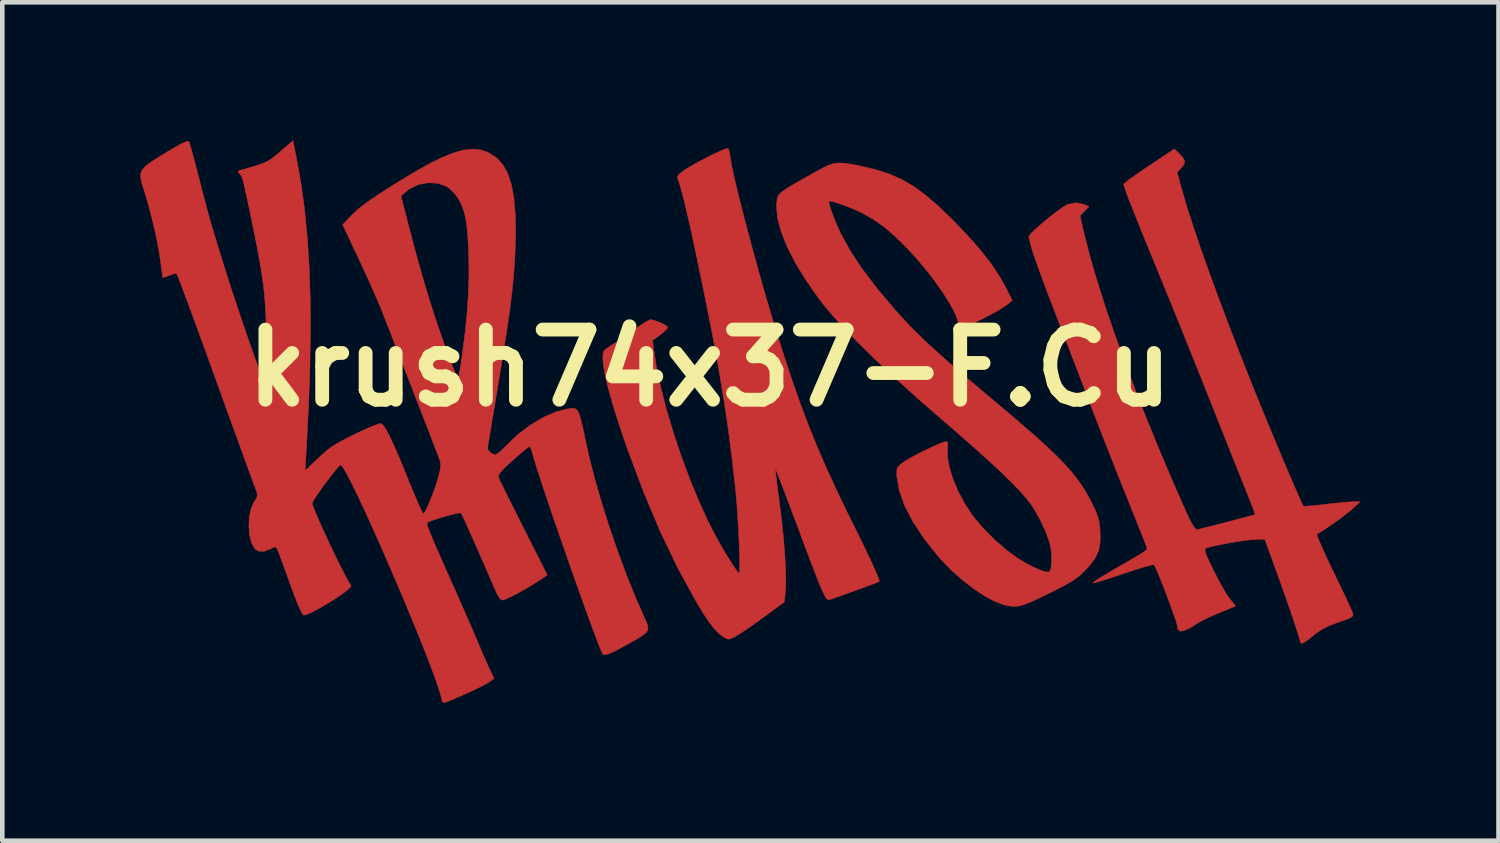
<source format=kicad_pcb>
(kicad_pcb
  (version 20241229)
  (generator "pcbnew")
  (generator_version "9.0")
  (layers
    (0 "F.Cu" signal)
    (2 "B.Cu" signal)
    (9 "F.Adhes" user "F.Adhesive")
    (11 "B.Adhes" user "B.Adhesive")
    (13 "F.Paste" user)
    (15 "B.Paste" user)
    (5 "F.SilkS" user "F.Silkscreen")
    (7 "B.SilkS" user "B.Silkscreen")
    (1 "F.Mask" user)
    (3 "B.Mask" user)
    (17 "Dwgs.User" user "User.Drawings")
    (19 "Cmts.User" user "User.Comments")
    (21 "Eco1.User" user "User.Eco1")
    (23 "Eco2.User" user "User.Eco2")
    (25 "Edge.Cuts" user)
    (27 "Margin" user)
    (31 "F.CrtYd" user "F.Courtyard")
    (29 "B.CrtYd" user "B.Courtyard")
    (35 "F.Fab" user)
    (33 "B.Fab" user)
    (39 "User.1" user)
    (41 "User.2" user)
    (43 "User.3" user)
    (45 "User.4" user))
  (footprint "krush74x37-F.Cu"
    (layer "F.Cu")
    (at 12.368 4.945)
    (property "Reference" "krush74x37-F.Cu" (at 0 0 0) (layer "F.SilkS") (effects (font (size 1.524 1.524) (thickness 0.3))))
    (attr through_hole)
    (fp_poly (pts (xy 0.398 -4.772) (xy 0.418 -4.729) (xy 0.439 -4.636) (xy 0.453 -4.545) (xy 0.476 -4.408) (xy 0.517 -4.21) (xy 0.575 -3.959) (xy 0.647 -3.665) (xy 0.731 -3.336) (xy 0.824 -2.981) (xy 0.924 -2.608) (xy 1.029 -2.226) (xy 1.136 -1.843) (xy 1.244 -1.469) (xy 1.35 -1.112) (xy 1.434 -0.835) (xy 1.623 -0.238) (xy 1.803 0.302) (xy 1.979 0.801) (xy 2.158 1.275) (xy 2.346 1.737) (xy 2.549 2.203) (xy 2.773 2.687) (xy 3.023 3.206) (xy 3.121 3.404) (xy 3.279 3.724) (xy 3.413 4.002) (xy 3.523 4.236) (xy 3.606 4.42) (xy 3.661 4.551) (xy 3.685 4.624) (xy 3.684 4.638) (xy 3.641 4.657) (xy 3.545 4.694) (xy 3.408 4.745) (xy 3.247 4.804) (xy 3.075 4.867) (xy 2.907 4.927) (xy 2.758 4.98) (xy 2.642 5.02) (xy 2.606 5.031) (xy 2.583 5.035) (xy 2.56 5.027) (xy 2.534 5.001) (xy 2.503 4.952) (xy 2.464 4.875) (xy 2.415 4.764) (xy 2.354 4.613) (xy 2.277 4.417) (xy 2.182 4.17) (xy 2.068 3.866) (xy 1.931 3.5) (xy 1.922 3.475) (xy 1.814 3.186) (xy 1.713 2.92) (xy 1.624 2.684) (xy 1.547 2.486) (xy 1.488 2.333) (xy 1.447 2.232) (xy 1.428 2.19) (xy 1.427 2.189) (xy 1.429 2.226) (xy 1.439 2.324) (xy 1.456 2.471) (xy 1.48 2.656) (xy 1.508 2.867) (xy 1.556 3.251) (xy 1.596 3.622) (xy 1.626 3.97) (xy 1.646 4.283) (xy 1.655 4.552) (xy 1.652 4.764) (xy 1.647 4.836) (xy 1.623 5.083) (xy 1.192 5.399) (xy 1.023 5.521) (xy 0.858 5.637) (xy 0.715 5.734) (xy 0.609 5.802) (xy 0.588 5.814) (xy 0.487 5.869) (xy 0.424 5.891) (xy 0.372 5.883) (xy 0.308 5.847) (xy 0.307 5.847) (xy 0.206 5.772) (xy 0.102 5.666) (xy -0.012 5.52) (xy -0.142 5.324) (xy -0.284 5.09) (xy -0.686 4.357) (xy -1.072 3.554) (xy -1.44 2.683) (xy -1.791 1.744) (xy -1.975 1.202) (xy -2.109 0.778) (xy -2.21 0.418) (xy -2.278 0.123) (xy -2.314 -0.108) (xy -2.32 -0.218) (xy -2.317 -0.308) (xy -2.297 -0.369) (xy -2.247 -0.42) (xy -2.152 -0.483) (xy -2.122 -0.501) (xy -2.002 -0.578) (xy -1.85 -0.681) (xy -1.693 -0.793) (xy -1.633 -0.836) (xy -1.503 -0.928) (xy -1.389 -1.001) (xy -1.307 -1.044) (xy -1.279 -1.051) (xy -1.207 -1.037) (xy -1.11 -1.001) (xy -1.012 -0.956) (xy -0.937 -0.912) (xy -0.907 -0.879) (xy -0.934 -0.842) (xy -1.003 -0.779) (xy -1.073 -0.723) (xy -1.24 -0.599) (xy -1.216 -0.399) (xy -1.154 -0.003) (xy -1.058 0.441) (xy -0.934 0.919) (xy -0.784 1.418) (xy -0.615 1.922) (xy -0.43 2.419) (xy -0.234 2.895) (xy -0.032 3.336) (xy 0.115 3.624) (xy 0.212 3.799) (xy 0.313 3.974) (xy 0.413 4.138) (xy 0.503 4.28) (xy 0.577 4.389) (xy 0.627 4.452) (xy 0.642 4.463) (xy 0.65 4.429) (xy 0.654 4.333) (xy 0.652 4.186) (xy 0.647 4) (xy 0.639 3.785) (xy 0.628 3.551) (xy 0.614 3.311) (xy 0.599 3.074) (xy 0.582 2.852) (xy 0.564 2.655) (xy 0.561 2.631) (xy 0.487 1.974) (xy 0.404 1.332) (xy 0.308 0.687) (xy 0.197 0.022) (xy 0.069 -0.679) (xy -0.07 -1.382) (xy -0.19 -1.971) (xy -0.298 -2.489) (xy -0.394 -2.936) (xy -0.478 -3.312) (xy -0.55 -3.618) (xy -0.61 -3.851) (xy -0.657 -4.014) (xy -0.692 -4.105) (xy -0.693 -4.106) (xy -0.703 -4.153) (xy -0.672 -4.202) (xy -0.591 -4.27) (xy -0.572 -4.284) (xy -0.478 -4.345) (xy -0.349 -4.42) (xy -0.198 -4.502) (xy -0.04 -4.584) (xy 0.113 -4.659) (xy 0.245 -4.72) (xy 0.344 -4.761) (xy 0.395 -4.773) (xy 0.398 -4.772)) (stroke (width 0.01) (type solid)) (fill yes) (layer "F.Cu"))
    (fp_poly (pts (xy 2.989 -4.442) (xy 3.175 -4.409) (xy 3.277 -4.388) (xy 3.607 -4.31) (xy 3.901 -4.216) (xy 4.171 -4.097) (xy 4.43 -3.947) (xy 4.689 -3.757) (xy 4.963 -3.522) (xy 5.263 -3.233) (xy 5.263 -3.232) (xy 5.604 -2.878) (xy 5.888 -2.554) (xy 6.121 -2.255) (xy 6.309 -1.972) (xy 6.426 -1.76) (xy 6.573 -1.47) (xy 6.457 -1.372) (xy 6.377 -1.317) (xy 6.255 -1.244) (xy 6.105 -1.161) (xy 5.943 -1.076) (xy 5.783 -0.997) (xy 5.641 -0.931) (xy 5.531 -0.886) (xy 5.47 -0.87) (xy 5.416 -0.9) (xy 5.407 -0.939) (xy 5.382 -1.061) (xy 5.313 -1.225) (xy 5.204 -1.423) (xy 5.063 -1.646) (xy 4.895 -1.883) (xy 4.707 -2.127) (xy 4.505 -2.369) (xy 4.294 -2.598) (xy 4.257 -2.636) (xy 4.019 -2.868) (xy 3.807 -3.052) (xy 3.604 -3.2) (xy 3.394 -3.325) (xy 3.284 -3.381) (xy 3.125 -3.454) (xy 2.963 -3.52) (xy 2.814 -3.573) (xy 2.692 -3.61) (xy 2.613 -3.624) (xy 2.592 -3.62) (xy 2.593 -3.576) (xy 2.619 -3.482) (xy 2.665 -3.351) (xy 2.725 -3.198) (xy 2.793 -3.037) (xy 2.845 -2.926) (xy 3.048 -2.554) (xy 3.315 -2.15) (xy 3.646 -1.715) (xy 4.039 -1.251) (xy 4.165 -1.11) (xy 4.331 -0.932) (xy 4.513 -0.748) (xy 4.719 -0.55) (xy 4.954 -0.335) (xy 5.225 -0.095) (xy 5.539 0.175) (xy 5.901 0.481) (xy 6.047 0.603) (xy 6.437 0.931) (xy 6.775 1.219) (xy 7.066 1.473) (xy 7.314 1.697) (xy 7.524 1.898) (xy 7.702 2.079) (xy 7.852 2.246) (xy 7.979 2.405) (xy 8.088 2.559) (xy 8.184 2.715) (xy 8.273 2.877) (xy 8.3 2.931) (xy 8.379 3.095) (xy 8.43 3.221) (xy 8.46 3.333) (xy 8.476 3.459) (xy 8.484 3.572) (xy 8.484 3.782) (xy 8.454 3.955) (xy 8.385 4.111) (xy 8.27 4.271) (xy 8.149 4.404) (xy 8.066 4.485) (xy 7.976 4.559) (xy 7.867 4.632) (xy 7.726 4.713) (xy 7.541 4.81) (xy 7.367 4.897) (xy 7.14 5.008) (xy 6.965 5.088) (xy 6.829 5.142) (xy 6.718 5.171) (xy 6.622 5.18) (xy 6.526 5.172) (xy 6.417 5.151) (xy 6.409 5.149) (xy 6.21 5.078) (xy 5.981 4.957) (xy 5.734 4.794) (xy 5.483 4.599) (xy 5.238 4.38) (xy 5.013 4.145) (xy 4.983 4.112) (xy 4.672 3.724) (xy 4.424 3.352) (xy 4.24 2.999) (xy 4.12 2.666) (xy 4.067 2.356) (xy 4.065 2.276) (xy 4.069 2.2) (xy 4.093 2.144) (xy 4.15 2.089) (xy 4.254 2.018) (xy 4.273 2.006) (xy 4.388 1.938) (xy 4.534 1.861) (xy 4.693 1.782) (xy 4.851 1.708) (xy 4.99 1.648) (xy 5.095 1.608) (xy 5.144 1.597) (xy 5.172 1.621) (xy 5.173 1.702) (xy 5.168 1.733) (xy 5.166 1.926) (xy 5.207 2.158) (xy 5.287 2.416) (xy 5.401 2.686) (xy 5.544 2.953) (xy 5.709 3.204) (xy 5.731 3.233) (xy 5.94 3.48) (xy 6.189 3.731) (xy 6.453 3.96) (xy 6.673 4.121) (xy 6.835 4.221) (xy 6.997 4.308) (xy 7.147 4.377) (xy 7.271 4.421) (xy 7.355 4.435) (xy 7.381 4.426) (xy 7.413 4.355) (xy 7.429 4.234) (xy 7.429 4.085) (xy 7.414 3.927) (xy 7.385 3.79) (xy 7.297 3.546) (xy 7.173 3.283) (xy 7.03 3.035) (xy 6.991 2.975) (xy 6.888 2.84) (xy 6.747 2.679) (xy 6.565 2.49) (xy 6.339 2.27) (xy 6.066 2.016) (xy 5.743 1.726) (xy 5.367 1.396) (xy 5.08 1.148) (xy 4.51 0.651) (xy 3.999 0.191) (xy 3.547 -0.234) (xy 3.154 -0.622) (xy 2.82 -0.972) (xy 2.547 -1.284) (xy 2.387 -1.488) (xy 2.103 -1.891) (xy 1.868 -2.274) (xy 1.684 -2.633) (xy 1.552 -2.964) (xy 1.473 -3.263) (xy 1.451 -3.526) (xy 1.466 -3.67) (xy 1.477 -3.715) (xy 1.499 -3.757) (xy 1.539 -3.8) (xy 1.603 -3.852) (xy 1.7 -3.916) (xy 1.837 -3.998) (xy 2.021 -4.103) (xy 2.259 -4.237) (xy 2.322 -4.272) (xy 2.483 -4.359) (xy 2.611 -4.417) (xy 2.726 -4.449) (xy 2.845 -4.456) (xy 2.989 -4.442)) (stroke (width 0.01) (type solid)) (fill yes) (layer "F.Cu"))
    (fp_poly (pts (xy 10.185 -4.674) (xy 10.282 -4.573) (xy 10.32 -4.494) (xy 10.305 -4.422) (xy 10.251 -4.354) (xy 10.154 -4.253) (xy 10.247 -3.914) (xy 10.352 -3.552) (xy 10.487 -3.129) (xy 10.648 -2.65) (xy 10.836 -2.121) (xy 11.046 -1.545) (xy 11.279 -0.928) (xy 11.532 -0.274) (xy 11.795 0.391) (xy 11.885 0.614) (xy 11.987 0.864) (xy 12.097 1.132) (xy 12.213 1.41) (xy 12.33 1.69) (xy 12.444 1.963) (xy 12.554 2.221) (xy 12.654 2.456) (xy 12.742 2.66) (xy 12.814 2.823) (xy 12.866 2.939) (xy 12.895 2.999) (xy 12.899 3.005) (xy 12.937 3.005) (xy 13.033 2.997) (xy 13.175 2.984) (xy 13.348 2.965) (xy 13.394 2.959) (xy 13.586 2.938) (xy 13.763 2.921) (xy 13.907 2.909) (xy 13.999 2.905) (xy 14.006 2.905) (xy 14.133 2.906) (xy 13.952 3.069) (xy 13.855 3.15) (xy 13.727 3.248) (xy 13.584 3.352) (xy 13.442 3.451) (xy 13.317 3.534) (xy 13.225 3.589) (xy 13.193 3.604) (xy 13.197 3.639) (xy 13.231 3.73) (xy 13.29 3.87) (xy 13.371 4.05) (xy 13.47 4.261) (xy 13.561 4.449) (xy 13.672 4.678) (xy 13.773 4.888) (xy 13.858 5.071) (xy 13.924 5.215) (xy 13.965 5.311) (xy 13.978 5.348) (xy 13.972 5.385) (xy 13.933 5.419) (xy 13.851 5.457) (xy 13.713 5.506) (xy 13.664 5.522) (xy 13.459 5.597) (xy 13.296 5.68) (xy 13.144 5.787) (xy 13.12 5.807) (xy 12.995 5.907) (xy 12.914 5.963) (xy 12.866 5.982) (xy 12.84 5.967) (xy 12.831 5.942) (xy 12.789 5.795) (xy 12.723 5.59) (xy 12.638 5.336) (xy 12.537 5.044) (xy 12.423 4.721) (xy 12.343 4.499) (xy 12.059 3.719) (xy 11.862 3.724) (xy 11.75 3.732) (xy 11.598 3.751) (xy 11.421 3.778) (xy 11.238 3.81) (xy 11.064 3.844) (xy 10.916 3.876) (xy 10.813 3.904) (xy 10.776 3.92) (xy 10.761 3.944) (xy 10.767 3.993) (xy 10.796 4.077) (xy 10.853 4.203) (xy 10.939 4.383) (xy 10.967 4.437) (xy 11.061 4.62) (xy 11.155 4.789) (xy 11.239 4.928) (xy 11.304 5.023) (xy 11.321 5.043) (xy 11.385 5.116) (xy 11.42 5.164) (xy 11.422 5.172) (xy 11.386 5.189) (xy 11.298 5.226) (xy 11.172 5.278) (xy 11.075 5.317) (xy 10.914 5.385) (xy 10.765 5.454) (xy 10.649 5.514) (xy 10.611 5.537) (xy 10.434 5.649) (xy 10.304 5.708) (xy 10.217 5.717) (xy 10.171 5.675) (xy 10.16 5.607) (xy 10.147 5.551) (xy 10.112 5.441) (xy 10.06 5.292) (xy 9.996 5.116) (xy 9.926 4.927) (xy 9.854 4.74) (xy 9.785 4.567) (xy 9.726 4.422) (xy 9.68 4.32) (xy 9.655 4.274) (xy 9.615 4.277) (xy 9.518 4.301) (xy 9.374 4.342) (xy 9.196 4.399) (xy 8.993 4.466) (xy 8.987 4.468) (xy 8.784 4.536) (xy 8.605 4.594) (xy 8.461 4.638) (xy 8.364 4.665) (xy 8.324 4.671) (xy 8.323 4.671) (xy 8.347 4.648) (xy 8.424 4.595) (xy 8.544 4.52) (xy 8.698 4.428) (xy 8.824 4.354) (xy 9.05 4.224) (xy 9.22 4.126) (xy 9.342 4.053) (xy 9.424 4.001) (xy 9.473 3.965) (xy 9.496 3.939) (xy 9.502 3.918) (xy 9.497 3.897) (xy 9.495 3.889) (xy 9.477 3.841) (xy 9.435 3.735) (xy 9.373 3.579) (xy 9.294 3.38) (xy 9.202 3.149) (xy 9.099 2.893) (xy 9.037 2.74) (xy 8.906 2.412) (xy 8.763 2.051) (xy 8.615 1.675) (xy 8.471 1.306) (xy 8.338 0.964) (xy 8.233 0.689) (xy 8.113 0.376) (xy 7.979 0.025) (xy 7.839 -0.339) (xy 7.702 -0.694) (xy 7.578 -1.016) (xy 7.522 -1.161) (xy 7.352 -1.603) (xy 7.212 -1.979) (xy 7.1 -2.289) (xy 7.017 -2.533) (xy 6.964 -2.712) (xy 6.939 -2.825) (xy 6.937 -2.863) (xy 6.969 -2.91) (xy 7.047 -2.988) (xy 7.158 -3.088) (xy 7.29 -3.2) (xy 7.429 -3.312) (xy 7.563 -3.414) (xy 7.679 -3.496) (xy 7.764 -3.548) (xy 7.782 -3.555) (xy 7.964 -3.59) (xy 8.137 -3.553) (xy 8.145 -3.55) (xy 8.239 -3.507) (xy 8.142 -3.406) (xy 8.045 -3.305) (xy 8.145 -2.877) (xy 8.261 -2.425) (xy 8.409 -1.918) (xy 8.585 -1.362) (xy 8.787 -0.768) (xy 9.013 -0.141) (xy 9.258 0.509) (xy 9.52 1.174) (xy 9.797 1.847) (xy 9.911 2.115) (xy 10.059 2.461) (xy 10.182 2.746) (xy 10.283 2.975) (xy 10.364 3.155) (xy 10.429 3.291) (xy 10.48 3.388) (xy 10.521 3.453) (xy 10.553 3.49) (xy 10.581 3.507) (xy 10.606 3.509) (xy 10.611 3.508) (xy 10.713 3.482) (xy 10.855 3.446) (xy 11.024 3.403) (xy 11.206 3.355) (xy 11.389 3.308) (xy 11.558 3.263) (xy 11.7 3.225) (xy 11.802 3.198) (xy 11.849 3.184) (xy 11.851 3.183) (xy 11.841 3.148) (xy 11.809 3.06) (xy 11.759 2.931) (xy 11.697 2.776) (xy 11.65 2.657) (xy 11.579 2.48) (xy 11.489 2.254) (xy 11.383 1.989) (xy 11.265 1.692) (xy 11.138 1.374) (xy 11.007 1.044) (xy 10.924 0.835) (xy 10.768 0.442) (xy 10.594 0.007) (xy 10.41 -0.452) (xy 10.222 -0.918) (xy 10.038 -1.371) (xy 9.866 -1.793) (xy 9.716 -2.159) (xy 9.587 -2.472) (xy 9.465 -2.772) (xy 9.353 -3.048) (xy 9.254 -3.295) (xy 9.171 -3.502) (xy 9.107 -3.664) (xy 9.067 -3.77) (xy 9.056 -3.802) (xy 8.993 -3.993) (xy 9.077 -4.066) (xy 9.137 -4.111) (xy 9.244 -4.187) (xy 9.386 -4.285) (xy 9.549 -4.395) (xy 9.629 -4.449) (xy 10.095 -4.759) (xy 10.185 -4.674)) (stroke (width 0.01) (type solid)) (fill yes) (layer "F.Cu"))
    (fp_poly (pts (xy -8.975 -4.547) (xy -8.88 -4.017) (xy -8.803 -3.457) (xy -8.744 -2.862) (xy -8.703 -2.227) (xy -8.679 -1.548) (xy -8.674 -0.818) (xy -8.685 -0.033) (xy -8.714 0.811) (xy -8.76 1.721) (xy -8.766 1.832) (xy -8.79 2.232) (xy -8.504 1.959) (xy -8.38 1.845) (xy -8.266 1.752) (xy -8.145 1.669) (xy -8 1.586) (xy -7.813 1.489) (xy -7.706 1.437) (xy -7.511 1.344) (xy -7.347 1.273) (xy -7.222 1.226) (xy -7.148 1.207) (xy -7.136 1.208) (xy -7.092 1.245) (xy -7.035 1.328) (xy -6.963 1.462) (xy -6.874 1.651) (xy -6.766 1.898) (xy -6.637 2.208) (xy -6.55 2.425) (xy -6.462 2.64) (xy -6.381 2.83) (xy -6.312 2.987) (xy -6.259 3.099) (xy -6.227 3.158) (xy -6.22 3.164) (xy -6.191 3.133) (xy -6.145 3.047) (xy -6.089 2.921) (xy -6.028 2.769) (xy -5.969 2.606) (xy -5.917 2.445) (xy -5.888 2.343) (xy -5.855 2.213) (xy -5.843 2.123) (xy -5.852 2.045) (xy -5.882 1.949) (xy -5.902 1.895) (xy -5.932 1.818) (xy -5.984 1.682) (xy -6.056 1.495) (xy -6.145 1.266) (xy -6.247 1.004) (xy -6.358 0.716) (xy -6.476 0.412) (xy -6.598 0.099) (xy -6.719 -0.213) (xy -6.838 -0.516) (xy -6.949 -0.802) (xy -7.051 -1.062) (xy -7.118 -1.234) (xy -7.179 -1.384) (xy -7.265 -1.582) (xy -7.367 -1.814) (xy -7.479 -2.061) (xy -7.593 -2.307) (xy -7.62 -2.364) (xy -7.973 -3.113) (xy -7.842 -3.254) (xy -7.741 -3.356) (xy -7.631 -3.455) (xy -7.501 -3.558) (xy -7.342 -3.672) (xy -7.246 -3.735) (xy -6.707 -3.735) (xy -6.527 -3.038) (xy -6.377 -2.472) (xy -6.234 -1.963) (xy -6.094 -1.496) (xy -5.953 -1.056) (xy -5.805 -0.63) (xy -5.781 -0.562) (xy -5.687 -0.304) (xy -5.613 -0.107) (xy -5.558 0.036) (xy -5.518 0.132) (xy -5.489 0.187) (xy -5.47 0.21) (xy -5.458 0.208) (xy -5.447 0.169) (xy -5.43 0.071) (xy -5.407 -0.073) (xy -5.381 -0.248) (xy -5.372 -0.312) (xy -5.312 -0.787) (xy -5.269 -1.211) (xy -5.242 -1.603) (xy -5.23 -1.981) (xy -5.233 -2.365) (xy -5.235 -2.444) (xy -5.248 -2.761) (xy -5.268 -3.017) (xy -5.296 -3.225) (xy -5.336 -3.396) (xy -5.389 -3.543) (xy -5.459 -3.677) (xy -5.473 -3.701) (xy -5.566 -3.82) (xy -5.679 -3.921) (xy -5.716 -3.945) (xy -5.905 -4.013) (xy -6.116 -4.026) (xy -6.328 -3.985) (xy -6.518 -3.894) (xy -6.584 -3.843) (xy -6.707 -3.735) (xy -7.246 -3.735) (xy -7.143 -3.804) (xy -6.894 -3.962) (xy -6.785 -4.031) (xy -6.41 -4.258) (xy -6.085 -4.44) (xy -5.802 -4.579) (xy -5.558 -4.676) (xy -5.345 -4.735) (xy -5.158 -4.756) (xy -4.99 -4.742) (xy -4.837 -4.694) (xy -4.803 -4.678) (xy -4.635 -4.571) (xy -4.497 -4.422) (xy -4.388 -4.228) (xy -4.307 -3.985) (xy -4.252 -3.688) (xy -4.222 -3.332) (xy -4.216 -2.915) (xy -4.222 -2.667) (xy -4.232 -2.424) (xy -4.246 -2.192) (xy -4.264 -1.96) (xy -4.287 -1.72) (xy -4.317 -1.463) (xy -4.355 -1.178) (xy -4.401 -0.858) (xy -4.458 -0.492) (xy -4.526 -0.072) (xy -4.592 0.331) (xy -4.644 0.641) (xy -4.691 0.928) (xy -4.734 1.185) (xy -4.77 1.403) (xy -4.798 1.575) (xy -4.817 1.693) (xy -4.826 1.749) (xy -4.826 1.753) (xy -4.798 1.801) (xy -4.736 1.854) (xy -4.672 1.885) (xy -4.66 1.887) (xy -4.612 1.862) (xy -4.531 1.795) (xy -4.432 1.7) (xy -4.399 1.665) (xy -4.156 1.435) (xy -3.887 1.234) (xy -3.608 1.069) (xy -3.333 0.95) (xy -3.078 0.885) (xy -3.072 0.884) (xy -2.968 0.875) (xy -2.907 0.89) (xy -2.865 0.936) (xy -2.857 0.948) (xy -2.829 1.017) (xy -2.794 1.14) (xy -2.756 1.298) (xy -2.724 1.451) (xy -2.628 1.896) (xy -2.502 2.389) (xy -2.351 2.914) (xy -2.18 3.454) (xy -1.994 3.995) (xy -1.798 4.521) (xy -1.598 5.015) (xy -1.435 5.386) (xy -1.376 5.514) (xy -1.343 5.609) (xy -1.341 5.682) (xy -1.377 5.744) (xy -1.457 5.81) (xy -1.587 5.89) (xy -1.742 5.978) (xy -1.955 6.096) (xy -2.114 6.176) (xy -2.224 6.22) (xy -2.293 6.231) (xy -2.319 6.219) (xy -2.345 6.17) (xy -2.391 6.059) (xy -2.455 5.894) (xy -2.535 5.681) (xy -2.628 5.429) (xy -2.731 5.145) (xy -2.842 4.836) (xy -2.958 4.508) (xy -3.077 4.17) (xy -3.196 3.829) (xy -3.313 3.491) (xy -3.425 3.165) (xy -3.529 2.857) (xy -3.624 2.575) (xy -3.705 2.326) (xy -3.772 2.117) (xy -3.821 1.956) (xy -3.848 1.86) (xy -3.877 1.766) (xy -3.906 1.711) (xy -3.915 1.705) (xy -3.953 1.728) (xy -4.032 1.791) (xy -4.141 1.884) (xy -4.27 1.997) (xy -4.277 2.003) (xy -4.421 2.135) (xy -4.516 2.231) (xy -4.569 2.299) (xy -4.589 2.348) (xy -4.586 2.375) (xy -4.565 2.425) (xy -4.515 2.531) (xy -4.44 2.685) (xy -4.345 2.878) (xy -4.233 3.102) (xy -4.109 3.348) (xy -4.046 3.473) (xy -3.528 4.498) (xy -3.717 4.624) (xy -3.865 4.717) (xy -4.026 4.812) (xy -4.184 4.9) (xy -4.326 4.973) (xy -4.437 5.023) (xy -4.502 5.043) (xy -4.504 5.043) (xy -4.555 5.011) (xy -4.613 4.921) (xy -4.636 4.871) (xy -4.744 4.622) (xy -4.855 4.367) (xy -4.965 4.114) (xy -5.072 3.873) (xy -5.17 3.652) (xy -5.255 3.46) (xy -5.325 3.307) (xy -5.374 3.201) (xy -5.4 3.151) (xy -5.401 3.149) (xy -5.442 3.149) (xy -5.534 3.168) (xy -5.658 3.199) (xy -5.797 3.237) (xy -5.932 3.279) (xy -6.045 3.317) (xy -6.119 3.348) (xy -6.125 3.352) (xy -6.136 3.364) (xy -6.138 3.386) (xy -6.131 3.426) (xy -6.111 3.488) (xy -6.075 3.58) (xy -6.023 3.707) (xy -5.951 3.876) (xy -5.856 4.092) (xy -5.737 4.362) (xy -5.59 4.691) (xy -5.581 4.712) (xy -5.465 4.972) (xy -5.346 5.243) (xy -5.231 5.507) (xy -5.127 5.746) (xy -5.043 5.943) (xy -5.019 6) (xy -4.94 6.185) (xy -4.866 6.357) (xy -4.802 6.5) (xy -4.757 6.596) (xy -4.75 6.611) (xy -4.682 6.745) (xy -4.789 6.821) (xy -4.866 6.867) (xy -4.991 6.932) (xy -5.145 7.006) (xy -5.269 7.063) (xy -5.468 7.151) (xy -5.61 7.213) (xy -5.705 7.251) (xy -5.764 7.266) (xy -5.797 7.26) (xy -5.812 7.236) (xy -5.822 7.195) (xy -5.826 7.174) (xy -5.862 7.042) (xy -5.922 6.859) (xy -6.003 6.632) (xy -6.103 6.368) (xy -6.219 6.071) (xy -6.348 5.75) (xy -6.488 5.409) (xy -6.635 5.055) (xy -6.788 4.695) (xy -6.943 4.335) (xy -7.097 3.981) (xy -7.249 3.639) (xy -7.394 3.316) (xy -7.531 3.018) (xy -7.657 2.751) (xy -7.769 2.522) (xy -7.864 2.337) (xy -7.94 2.202) (xy -7.994 2.123) (xy -8.018 2.105) (xy -8.053 2.132) (xy -8.119 2.207) (xy -8.206 2.316) (xy -8.305 2.445) (xy -8.406 2.581) (xy -8.499 2.712) (xy -8.575 2.825) (xy -8.623 2.905) (xy -8.635 2.937) (xy -8.62 2.994) (xy -8.578 3.104) (xy -8.514 3.257) (xy -8.433 3.44) (xy -8.339 3.644) (xy -8.24 3.857) (xy -8.139 4.069) (xy -8.041 4.268) (xy -7.952 4.444) (xy -7.878 4.586) (xy -7.822 4.682) (xy -7.792 4.722) (xy -7.798 4.754) (xy -7.857 4.811) (xy -7.956 4.889) (xy -8.085 4.978) (xy -8.232 5.073) (xy -8.386 5.166) (xy -8.533 5.249) (xy -8.665 5.315) (xy -8.767 5.358) (xy -8.823 5.37) (xy -8.852 5.335) (xy -8.901 5.237) (xy -8.968 5.08) (xy -9.05 4.868) (xy -9.126 4.659) (xy -9.203 4.444) (xy -9.274 4.251) (xy -9.333 4.09) (xy -9.378 3.974) (xy -9.403 3.913) (xy -9.406 3.907) (xy -9.445 3.888) (xy -9.52 3.918) (xy -9.538 3.928) (xy -9.677 3.983) (xy -9.798 3.979) (xy -9.88 3.928) (xy -9.95 3.805) (xy -9.994 3.636) (xy -10.011 3.441) (xy -10.002 3.242) (xy -9.965 3.06) (xy -9.9 2.915) (xy -9.845 2.827) (xy -9.826 2.765) (xy -9.839 2.695) (xy -9.87 2.611) (xy -9.895 2.547) (xy -9.941 2.421) (xy -10.007 2.24) (xy -10.09 2.013) (xy -10.187 1.745) (xy -10.296 1.444) (xy -10.415 1.117) (xy -10.54 0.771) (xy -10.592 0.628) (xy -10.79 0.079) (xy -10.965 -0.403) (xy -11.117 -0.821) (xy -11.247 -1.174) (xy -11.355 -1.466) (xy -11.442 -1.698) (xy -11.507 -1.87) (xy -11.553 -1.985) (xy -11.58 -2.045) (xy -11.586 -2.055) (xy -11.625 -2.051) (xy -11.705 -2.025) (xy -11.737 -2.012) (xy -11.823 -1.979) (xy -11.875 -1.965) (xy -11.881 -1.966) (xy -11.888 -2.005) (xy -11.902 -2.099) (xy -11.919 -2.233) (xy -11.931 -2.322) (xy -11.968 -2.566) (xy -12.025 -2.856) (xy -12.096 -3.169) (xy -12.177 -3.483) (xy -12.261 -3.776) (xy -12.291 -3.873) (xy -12.338 -4.022) (xy -12.363 -4.138) (xy -12.36 -4.232) (xy -12.323 -4.313) (xy -12.247 -4.394) (xy -12.124 -4.485) (xy -11.948 -4.596) (xy -11.829 -4.669) (xy -11.628 -4.788) (xy -11.483 -4.869) (xy -11.385 -4.915) (xy -11.33 -4.928) (xy -11.313 -4.919) (xy -11.297 -4.871) (xy -11.265 -4.764) (xy -11.223 -4.609) (xy -11.172 -4.418) (xy -11.115 -4.201) (xy -11.102 -4.151) (xy -11.033 -3.879) (xy -10.973 -3.649) (xy -10.919 -3.448) (xy -10.868 -3.262) (xy -10.814 -3.075) (xy -10.754 -2.874) (xy -10.684 -2.644) (xy -10.599 -2.371) (xy -10.516 -2.105) (xy -10.442 -1.871) (xy -10.357 -1.61) (xy -10.265 -1.334) (xy -10.169 -1.049) (xy -10.072 -0.766) (xy -9.978 -0.494) (xy -9.889 -0.241) (xy -9.809 -0.018) (xy -9.742 0.167) (xy -9.689 0.305) (xy -9.654 0.386) (xy -9.647 0.399) (xy -9.637 0.382) (xy -9.63 0.295) (xy -9.625 0.142) (xy -9.624 -0.073) (xy -9.625 -0.349) (xy -9.628 -0.544) (xy -9.633 -0.847) (xy -9.642 -1.116) (xy -9.654 -1.36) (xy -9.673 -1.594) (xy -9.699 -1.827) (xy -9.734 -2.072) (xy -9.779 -2.341) (xy -9.835 -2.644) (xy -9.906 -2.994) (xy -9.99 -3.403) (xy -9.996 -3.43) (xy -10.047 -3.674) (xy -10.087 -3.858) (xy -10.117 -3.99) (xy -10.14 -4.081) (xy -10.16 -4.14) (xy -10.178 -4.179) (xy -10.198 -4.205) (xy -10.217 -4.225) (xy -10.249 -4.268) (xy -10.22 -4.29) (xy -10.205 -4.294) (xy -9.985 -4.356) (xy -9.82 -4.406) (xy -9.696 -4.45) (xy -9.598 -4.497) (xy -9.511 -4.552) (xy -9.421 -4.623) (xy -9.325 -4.704) (xy -9.054 -4.94) (xy -8.975 -4.547)) (stroke (width 0.01) (type solid)) (fill yes) (layer "F.Cu")))
  (gr_rect
    (start -3 -3)
    (end 29.506 15.215)
    (stroke (width 0.1) (type default))
    (fill no)
    (layer "Edge.Cuts")))
</source>
